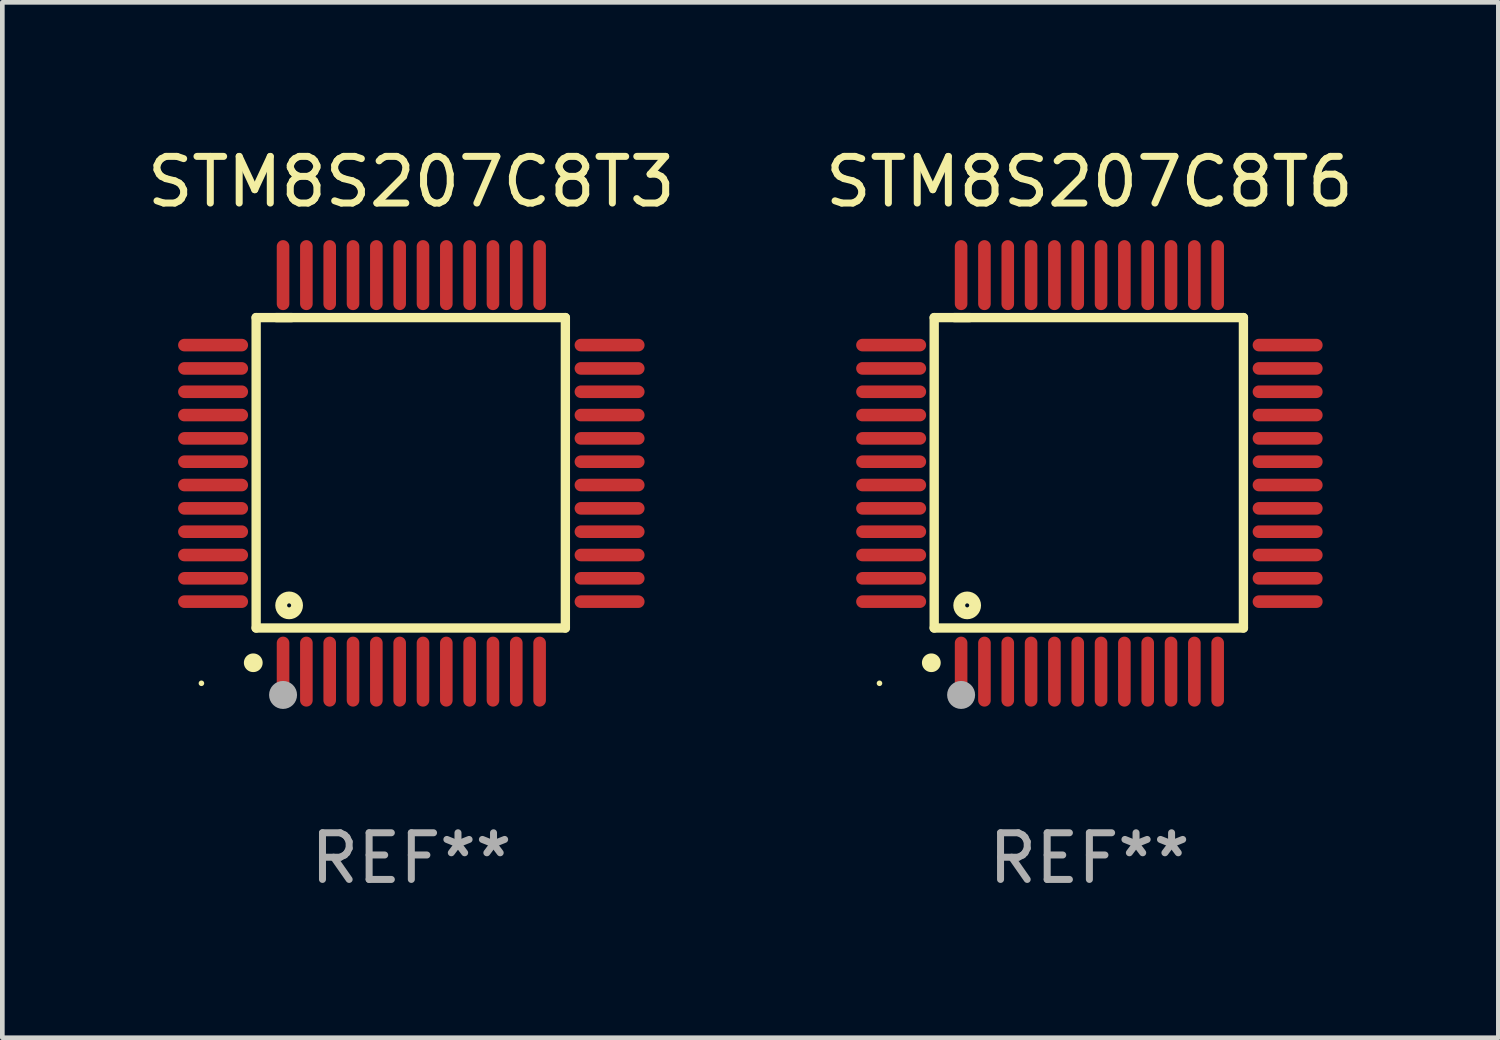
<source format=kicad_pcb>
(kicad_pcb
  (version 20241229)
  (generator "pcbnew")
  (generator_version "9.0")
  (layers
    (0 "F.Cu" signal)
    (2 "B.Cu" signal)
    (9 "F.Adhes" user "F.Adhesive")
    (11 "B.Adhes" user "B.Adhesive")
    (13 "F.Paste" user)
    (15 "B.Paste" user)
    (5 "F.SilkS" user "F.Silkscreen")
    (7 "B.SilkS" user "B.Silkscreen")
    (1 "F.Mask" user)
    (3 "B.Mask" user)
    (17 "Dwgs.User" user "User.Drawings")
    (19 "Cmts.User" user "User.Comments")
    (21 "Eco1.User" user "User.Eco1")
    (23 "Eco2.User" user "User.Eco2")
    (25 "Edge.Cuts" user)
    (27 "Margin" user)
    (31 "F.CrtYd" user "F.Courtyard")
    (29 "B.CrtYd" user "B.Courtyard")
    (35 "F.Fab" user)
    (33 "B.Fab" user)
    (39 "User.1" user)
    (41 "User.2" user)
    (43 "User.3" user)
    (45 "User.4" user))
  (footprint "STM8S207C8T6"
    (layer "F.Cu")
    (at 20.304 7.098)
    (property "Reference" "STM8S207C8T6" (at 0 -6.25 0) (layer "F.SilkS") (effects (font (size 1 1) (thickness 0.15))))
    (attr through_hole)
    (fp_line (start -3.327 -3.34) (end -2.565 -3.34) (stroke (width 0.2) (type solid)) (layer "F.SilkS"))
    (fp_line (start -3.327 3.315) (end -3.327 -3.34) (stroke (width 0.2) (type solid)) (layer "F.SilkS"))
    (fp_line (start -2.896 -3.34) (end 3.302 -3.34) (stroke (width 0.2) (type solid)) (layer "F.SilkS"))
    (fp_line (start 3.302 -3.34) (end 3.302 3.315) (stroke (width 0.2) (type solid)) (layer "F.SilkS"))
    (fp_line (start 3.302 3.315) (end -3.327 3.315) (stroke (width 0.2) (type solid)) (layer "F.SilkS"))
    (fp_arc (start -3.389992 4.059995) (mid -3.388722 4.059991) (end -3.387452 4.059995) (stroke (width 0.4) (type solid)) (layer "F.SilkS"))
    (fp_circle (center -4.5 4.5) (end -4.47 4.5) (stroke (width 0.06) (type solid)) (fill no) (layer "F.SilkS"))
    (fp_circle (center -2.62 2.83) (end -2.45 2.83) (stroke (width 0.254) (type solid)) (fill no) (layer "F.SilkS"))
    (fp_circle (center -2.75 4.75) (end -2.6 4.75) (stroke (width 0.3) (type solid)) (fill no) (layer "F.Fab"))
    (fp_text user "REF**" (at 0 8.25 0) (layer "F.Fab") (effects (font (size 1 1) (thickness 0.15))))
    (pad "1" smd oval (at -2.75 4.25) (size 0.27 1.5) (layers "F.Cu" "F.Mask" "F.Paste"))
    (pad "2" smd oval (at -2.25 4.25) (size 0.27 1.5) (layers "F.Cu" "F.Mask" "F.Paste"))
    (pad "3" smd oval (at -1.75 4.25) (size 0.27 1.5) (layers "F.Cu" "F.Mask" "F.Paste"))
    (pad "4" smd oval (at -1.25 4.25) (size 0.27 1.5) (layers "F.Cu" "F.Mask" "F.Paste"))
    (pad "5" smd oval (at -0.75 4.25) (size 0.27 1.5) (layers "F.Cu" "F.Mask" "F.Paste"))
    (pad "6" smd oval (at -0.25 4.25) (size 0.27 1.5) (layers "F.Cu" "F.Mask" "F.Paste"))
    (pad "7" smd oval (at 0.25 4.25) (size 0.27 1.5) (layers "F.Cu" "F.Mask" "F.Paste"))
    (pad "8" smd oval (at 0.75 4.25) (size 0.27 1.5) (layers "F.Cu" "F.Mask" "F.Paste"))
    (pad "9" smd oval (at 1.25 4.25) (size 0.27 1.5) (layers "F.Cu" "F.Mask" "F.Paste"))
    (pad "10" smd oval (at 1.75 4.25) (size 0.27 1.5) (layers "F.Cu" "F.Mask" "F.Paste"))
    (pad "11" smd oval (at 2.25 4.25) (size 0.27 1.5) (layers "F.Cu" "F.Mask" "F.Paste"))
    (pad "12" smd oval (at 2.75 4.25) (size 0.27 1.5) (layers "F.Cu" "F.Mask" "F.Paste"))
    (pad "13" smd oval (at 4.25 2.75) (size 1.5 0.27) (layers "F.Cu" "F.Mask" "F.Paste"))
    (pad "14" smd oval (at 4.25 2.25) (size 1.5 0.27) (layers "F.Cu" "F.Mask" "F.Paste"))
    (pad "15" smd oval (at 4.25 1.75) (size 1.5 0.27) (layers "F.Cu" "F.Mask" "F.Paste"))
    (pad "16" smd oval (at 4.25 1.25) (size 1.5 0.27) (layers "F.Cu" "F.Mask" "F.Paste"))
    (pad "17" smd oval (at 4.25 0.75) (size 1.5 0.27) (layers "F.Cu" "F.Mask" "F.Paste"))
    (pad "18" smd oval (at 4.25 0.25) (size 1.5 0.27) (layers "F.Cu" "F.Mask" "F.Paste"))
    (pad "19" smd oval (at 4.25 -0.25) (size 1.5 0.27) (layers "F.Cu" "F.Mask" "F.Paste"))
    (pad "20" smd oval (at 4.25 -0.75) (size 1.5 0.27) (layers "F.Cu" "F.Mask" "F.Paste"))
    (pad "21" smd oval (at 4.25 -1.25) (size 1.5 0.27) (layers "F.Cu" "F.Mask" "F.Paste"))
    (pad "22" smd oval (at 4.25 -1.75) (size 1.5 0.27) (layers "F.Cu" "F.Mask" "F.Paste"))
    (pad "23" smd oval (at 4.25 -2.25) (size 1.5 0.27) (layers "F.Cu" "F.Mask" "F.Paste"))
    (pad "24" smd oval (at 4.25 -2.75) (size 1.5 0.27) (layers "F.Cu" "F.Mask" "F.Paste"))
    (pad "25" smd oval (at 2.75 -4.25) (size 0.27 1.5) (layers "F.Cu" "F.Mask" "F.Paste"))
    (pad "26" smd oval (at 2.25 -4.25) (size 0.27 1.5) (layers "F.Cu" "F.Mask" "F.Paste"))
    (pad "27" smd oval (at 1.75 -4.25) (size 0.27 1.5) (layers "F.Cu" "F.Mask" "F.Paste"))
    (pad "28" smd oval (at 1.25 -4.25) (size 0.27 1.5) (layers "F.Cu" "F.Mask" "F.Paste"))
    (pad "29" smd oval (at 0.75 -4.25) (size 0.27 1.5) (layers "F.Cu" "F.Mask" "F.Paste"))
    (pad "30" smd oval (at 0.25 -4.25) (size 0.27 1.5) (layers "F.Cu" "F.Mask" "F.Paste"))
    (pad "31" smd oval (at -0.25 -4.25) (size 0.27 1.5) (layers "F.Cu" "F.Mask" "F.Paste"))
    (pad "32" smd oval (at -0.75 -4.25) (size 0.27 1.5) (layers "F.Cu" "F.Mask" "F.Paste"))
    (pad "33" smd oval (at -1.25 -4.25) (size 0.27 1.5) (layers "F.Cu" "F.Mask" "F.Paste"))
    (pad "34" smd oval (at -1.75 -4.25) (size 0.27 1.5) (layers "F.Cu" "F.Mask" "F.Paste"))
    (pad "35" smd oval (at -2.25 -4.25) (size 0.27 1.5) (layers "F.Cu" "F.Mask" "F.Paste"))
    (pad "36" smd oval (at -2.75 -4.25) (size 0.27 1.5) (layers "F.Cu" "F.Mask" "F.Paste"))
    (pad "37" smd oval (at -4.25 -2.75) (size 1.5 0.27) (layers "F.Cu" "F.Mask" "F.Paste"))
    (pad "38" smd oval (at -4.25 -2.25) (size 1.5 0.27) (layers "F.Cu" "F.Mask" "F.Paste"))
    (pad "39" smd oval (at -4.25 -1.75) (size 1.5 0.27) (layers "F.Cu" "F.Mask" "F.Paste"))
    (pad "40" smd oval (at -4.25 -1.25) (size 1.5 0.27) (layers "F.Cu" "F.Mask" "F.Paste"))
    (pad "41" smd oval (at -4.25 -0.75) (size 1.5 0.27) (layers "F.Cu" "F.Mask" "F.Paste"))
    (pad "42" smd oval (at -4.25 -0.25) (size 1.5 0.27) (layers "F.Cu" "F.Mask" "F.Paste"))
    (pad "43" smd oval (at -4.25 0.25) (size 1.5 0.27) (layers "F.Cu" "F.Mask" "F.Paste"))
    (pad "44" smd oval (at -4.25 0.75) (size 1.5 0.27) (layers "F.Cu" "F.Mask" "F.Paste"))
    (pad "45" smd oval (at -4.25 1.25) (size 1.5 0.27) (layers "F.Cu" "F.Mask" "F.Paste"))
    (pad "46" smd oval (at -4.25 1.75) (size 1.5 0.27) (layers "F.Cu" "F.Mask" "F.Paste"))
    (pad "47" smd oval (at -4.25 2.25) (size 1.5 0.27) (layers "F.Cu" "F.Mask" "F.Paste"))
    (pad "48" smd oval (at -4.25 2.75) (size 1.5 0.27) (layers "F.Cu" "F.Mask" "F.Paste")))
  (footprint "STM8S207C8T3"
    (layer "F.Cu")
    (at 5.768 7.098)
    (property "Reference" "STM8S207C8T3" (at 0 -6.25 0) (layer "F.SilkS") (effects (font (size 1 1) (thickness 0.15))))
    (attr through_hole)
    (fp_line (start -3.327 -3.34) (end -2.565 -3.34) (stroke (width 0.2) (type solid)) (layer "F.SilkS"))
    (fp_line (start -3.327 3.315) (end -3.327 -3.34) (stroke (width 0.2) (type solid)) (layer "F.SilkS"))
    (fp_line (start -2.896 -3.34) (end 3.302 -3.34) (stroke (width 0.2) (type solid)) (layer "F.SilkS"))
    (fp_line (start 3.302 -3.34) (end 3.302 3.315) (stroke (width 0.2) (type solid)) (layer "F.SilkS"))
    (fp_line (start 3.302 3.315) (end -3.327 3.315) (stroke (width 0.2) (type solid)) (layer "F.SilkS"))
    (fp_arc (start -3.389992 4.059995) (mid -3.388722 4.059991) (end -3.387452 4.059995) (stroke (width 0.4) (type solid)) (layer "F.SilkS"))
    (fp_circle (center -4.5 4.5) (end -4.47 4.5) (stroke (width 0.06) (type solid)) (fill no) (layer "F.SilkS"))
    (fp_circle (center -2.62 2.83) (end -2.45 2.83) (stroke (width 0.254) (type solid)) (fill no) (layer "F.SilkS"))
    (fp_circle (center -2.75 4.75) (end -2.6 4.75) (stroke (width 0.3) (type solid)) (fill no) (layer "F.Fab"))
    (fp_text user "REF**" (at 0 8.25 0) (layer "F.Fab") (effects (font (size 1 1) (thickness 0.15))))
    (pad "1" smd oval (at -2.75 4.25) (size 0.27 1.5) (layers "F.Cu" "F.Mask" "F.Paste"))
    (pad "2" smd oval (at -2.25 4.25) (size 0.27 1.5) (layers "F.Cu" "F.Mask" "F.Paste"))
    (pad "3" smd oval (at -1.75 4.25) (size 0.27 1.5) (layers "F.Cu" "F.Mask" "F.Paste"))
    (pad "4" smd oval (at -1.25 4.25) (size 0.27 1.5) (layers "F.Cu" "F.Mask" "F.Paste"))
    (pad "5" smd oval (at -0.75 4.25) (size 0.27 1.5) (layers "F.Cu" "F.Mask" "F.Paste"))
    (pad "6" smd oval (at -0.25 4.25) (size 0.27 1.5) (layers "F.Cu" "F.Mask" "F.Paste"))
    (pad "7" smd oval (at 0.25 4.25) (size 0.27 1.5) (layers "F.Cu" "F.Mask" "F.Paste"))
    (pad "8" smd oval (at 0.75 4.25) (size 0.27 1.5) (layers "F.Cu" "F.Mask" "F.Paste"))
    (pad "9" smd oval (at 1.25 4.25) (size 0.27 1.5) (layers "F.Cu" "F.Mask" "F.Paste"))
    (pad "10" smd oval (at 1.75 4.25) (size 0.27 1.5) (layers "F.Cu" "F.Mask" "F.Paste"))
    (pad "11" smd oval (at 2.25 4.25) (size 0.27 1.5) (layers "F.Cu" "F.Mask" "F.Paste"))
    (pad "12" smd oval (at 2.75 4.25) (size 0.27 1.5) (layers "F.Cu" "F.Mask" "F.Paste"))
    (pad "13" smd oval (at 4.25 2.75) (size 1.5 0.27) (layers "F.Cu" "F.Mask" "F.Paste"))
    (pad "14" smd oval (at 4.25 2.25) (size 1.5 0.27) (layers "F.Cu" "F.Mask" "F.Paste"))
    (pad "15" smd oval (at 4.25 1.75) (size 1.5 0.27) (layers "F.Cu" "F.Mask" "F.Paste"))
    (pad "16" smd oval (at 4.25 1.25) (size 1.5 0.27) (layers "F.Cu" "F.Mask" "F.Paste"))
    (pad "17" smd oval (at 4.25 0.75) (size 1.5 0.27) (layers "F.Cu" "F.Mask" "F.Paste"))
    (pad "18" smd oval (at 4.25 0.25) (size 1.5 0.27) (layers "F.Cu" "F.Mask" "F.Paste"))
    (pad "19" smd oval (at 4.25 -0.25) (size 1.5 0.27) (layers "F.Cu" "F.Mask" "F.Paste"))
    (pad "20" smd oval (at 4.25 -0.75) (size 1.5 0.27) (layers "F.Cu" "F.Mask" "F.Paste"))
    (pad "21" smd oval (at 4.25 -1.25) (size 1.5 0.27) (layers "F.Cu" "F.Mask" "F.Paste"))
    (pad "22" smd oval (at 4.25 -1.75) (size 1.5 0.27) (layers "F.Cu" "F.Mask" "F.Paste"))
    (pad "23" smd oval (at 4.25 -2.25) (size 1.5 0.27) (layers "F.Cu" "F.Mask" "F.Paste"))
    (pad "24" smd oval (at 4.25 -2.75) (size 1.5 0.27) (layers "F.Cu" "F.Mask" "F.Paste"))
    (pad "25" smd oval (at 2.75 -4.25) (size 0.27 1.5) (layers "F.Cu" "F.Mask" "F.Paste"))
    (pad "26" smd oval (at 2.25 -4.25) (size 0.27 1.5) (layers "F.Cu" "F.Mask" "F.Paste"))
    (pad "27" smd oval (at 1.75 -4.25) (size 0.27 1.5) (layers "F.Cu" "F.Mask" "F.Paste"))
    (pad "28" smd oval (at 1.25 -4.25) (size 0.27 1.5) (layers "F.Cu" "F.Mask" "F.Paste"))
    (pad "29" smd oval (at 0.75 -4.25) (size 0.27 1.5) (layers "F.Cu" "F.Mask" "F.Paste"))
    (pad "30" smd oval (at 0.25 -4.25) (size 0.27 1.5) (layers "F.Cu" "F.Mask" "F.Paste"))
    (pad "31" smd oval (at -0.25 -4.25) (size 0.27 1.5) (layers "F.Cu" "F.Mask" "F.Paste"))
    (pad "32" smd oval (at -0.75 -4.25) (size 0.27 1.5) (layers "F.Cu" "F.Mask" "F.Paste"))
    (pad "33" smd oval (at -1.25 -4.25) (size 0.27 1.5) (layers "F.Cu" "F.Mask" "F.Paste"))
    (pad "34" smd oval (at -1.75 -4.25) (size 0.27 1.5) (layers "F.Cu" "F.Mask" "F.Paste"))
    (pad "35" smd oval (at -2.25 -4.25) (size 0.27 1.5) (layers "F.Cu" "F.Mask" "F.Paste"))
    (pad "36" smd oval (at -2.75 -4.25) (size 0.27 1.5) (layers "F.Cu" "F.Mask" "F.Paste"))
    (pad "37" smd oval (at -4.25 -2.75) (size 1.5 0.27) (layers "F.Cu" "F.Mask" "F.Paste"))
    (pad "38" smd oval (at -4.25 -2.25) (size 1.5 0.27) (layers "F.Cu" "F.Mask" "F.Paste"))
    (pad "39" smd oval (at -4.25 -1.75) (size 1.5 0.27) (layers "F.Cu" "F.Mask" "F.Paste"))
    (pad "40" smd oval (at -4.25 -1.25) (size 1.5 0.27) (layers "F.Cu" "F.Mask" "F.Paste"))
    (pad "41" smd oval (at -4.25 -0.75) (size 1.5 0.27) (layers "F.Cu" "F.Mask" "F.Paste"))
    (pad "42" smd oval (at -4.25 -0.25) (size 1.5 0.27) (layers "F.Cu" "F.Mask" "F.Paste"))
    (pad "43" smd oval (at -4.25 0.25) (size 1.5 0.27) (layers "F.Cu" "F.Mask" "F.Paste"))
    (pad "44" smd oval (at -4.25 0.75) (size 1.5 0.27) (layers "F.Cu" "F.Mask" "F.Paste"))
    (pad "45" smd oval (at -4.25 1.25) (size 1.5 0.27) (layers "F.Cu" "F.Mask" "F.Paste"))
    (pad "46" smd oval (at -4.25 1.75) (size 1.5 0.27) (layers "F.Cu" "F.Mask" "F.Paste"))
    (pad "47" smd oval (at -4.25 2.25) (size 1.5 0.27) (layers "F.Cu" "F.Mask" "F.Paste"))
    (pad "48" smd oval (at -4.25 2.75) (size 1.5 0.27) (layers "F.Cu" "F.Mask" "F.Paste")))
  (gr_rect
    (start -3 -3)
    (end 29.071 19.196)
    (stroke (width 0.1) (type default))
    (fill no)
    (layer "Edge.Cuts")))
</source>
